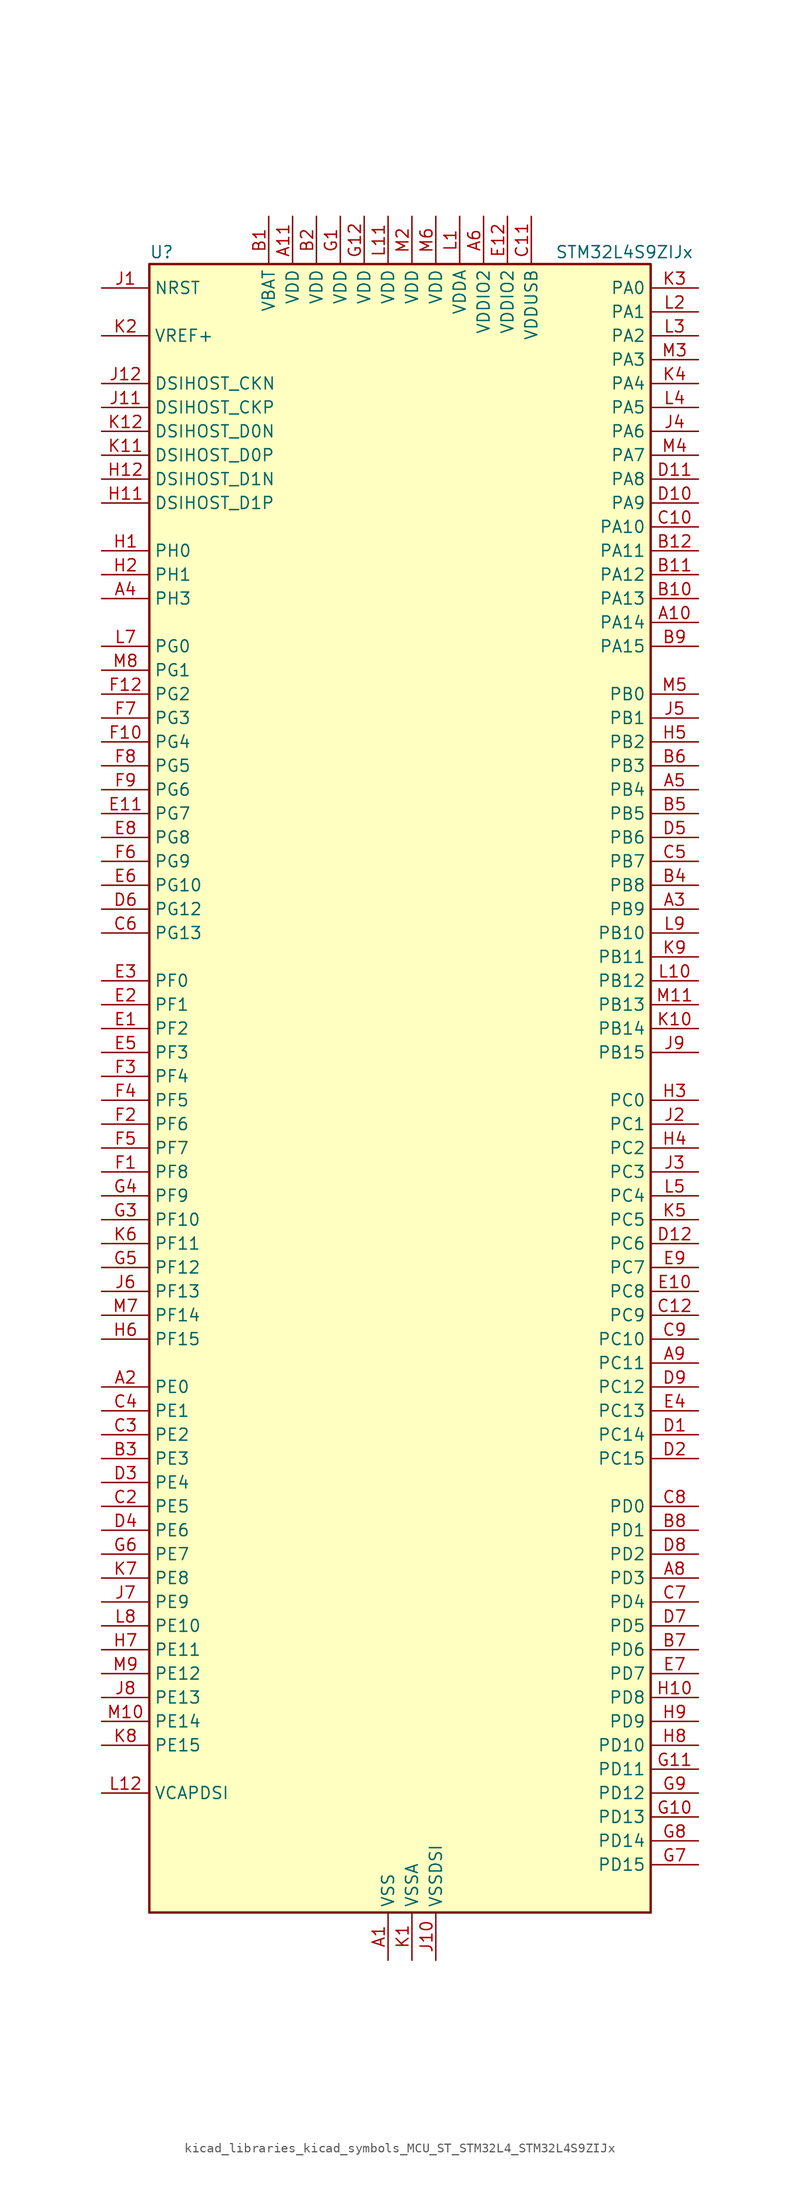
<source format=kicad_sym>
(kicad_symbol_lib
  (version 20220914)
  (generator kicad_symbol_editor)
  (symbol "kicad_libraries_kicad_symbols_MCU_ST_STM32L4_STM32L4S9ZIJx"
    (property "Reference" "U"
      (at -25.4 90.17 0)
      (effects (font (size 1.27 1.27)) (justify left)))
    (property "Value" "STM32L4S9ZIJx"
      (at 17.78 90.17 0)
      (effects (font (size 1.27 1.27)) (justify left)))
    (property "ki_locked" ""
      (at 0 0 0)
      (effects (font (size 1.27 1.27))))
    (symbol "kicad_libraries_kicad_symbols_MCU_ST_STM32L4_STM32L4S9ZIJx_0_1"
      (rectangle (start -25.4 -86.36) (end 27.94 88.9) (stroke (width 0.254) (type default)) (fill (type background))))
    (symbol "kicad_libraries_kicad_symbols_MCU_ST_STM32L4_STM32L4S9ZIJx_1_1"
      (pin power_in line (at 0 -91.44 90) (length 5.08) (name "VSS" (effects (font (size 1.27 1.27)))) (number "A1" (effects (font (size 1.27 1.27)))))
      (pin bidirectional line (at 33.02 50.8 180) (length 5.08) (name "PA14" (effects (font (size 1.27 1.27)))) (number "A10" (effects (font (size 1.27 1.27)))) (alternate "I2C1_SMBA" bidirectional line) (alternate "I2C4_SMBA" bidirectional line) (alternate "LPTIM1_OUT" bidirectional line) (alternate "SAI1_FS_B" bidirectional line) (alternate "SYS_JTCK-SWCLK" bidirectional line) (alternate "USB_OTG_FS_SOF" bidirectional line))
      (pin power_in line (at -10.16 93.98 270) (length 5.08) (name "VDD" (effects (font (size 1.27 1.27)))) (number "A11" (effects (font (size 1.27 1.27)))))
      (pin passive line (at 0 -91.44 90) (length 5.08) hide (name "VSS" (effects (font (size 1.27 1.27)))) (number "A12" (effects (font (size 1.27 1.27)))))
      (pin bidirectional line (at -30.48 -30.48 0) (length 5.08) (name "PE0" (effects (font (size 1.27 1.27)))) (number "A2" (effects (font (size 1.27 1.27)))) (alternate "DCMI_D2" bidirectional line) (alternate "FMC_NBL0" bidirectional line) (alternate "LTDC_HSYNC" bidirectional line) (alternate "TIM16_CH1" bidirectional line) (alternate "TIM4_ETR" bidirectional line))
      (pin bidirectional line (at 33.02 20.32 180) (length 5.08) (name "PB9" (effects (font (size 1.27 1.27)))) (number "A3" (effects (font (size 1.27 1.27)))) (alternate "CAN1_TX" bidirectional line) (alternate "DAC1_EXTI9" bidirectional line) (alternate "DCMI_D7" bidirectional line) (alternate "DFSDM1_CKIN6" bidirectional line) (alternate "I2C1_SDA" bidirectional line) (alternate "IR_OUT" bidirectional line) (alternate "SAI1_D2" bidirectional line) (alternate "SAI1_FS_A" bidirectional line) (alternate "SDMMC1_CDIR" bidirectional line) (alternate "SDMMC1_D5" bidirectional line) (alternate "SPI2_NSS" bidirectional line) (alternate "TIM17_CH1" bidirectional line) (alternate "TIM4_CH4" bidirectional line))
      (pin bidirectional line (at -30.48 53.34 0) (length 5.08) (name "PH3" (effects (font (size 1.27 1.27)))) (number "A4" (effects (font (size 1.27 1.27)))))
      (pin bidirectional line (at 33.02 33.02 180) (length 5.08) (name "PB4" (effects (font (size 1.27 1.27)))) (number "A5" (effects (font (size 1.27 1.27)))) (alternate "COMP2_INP" bidirectional line) (alternate "DCMI_D12" bidirectional line) (alternate "I2C3_SDA" bidirectional line) (alternate "SAI1_MCLK_B" bidirectional line) (alternate "SPI1_MISO" bidirectional line) (alternate "SPI3_MISO" bidirectional line) (alternate "SYS_JTRST" bidirectional line) (alternate "TIM17_BKIN" bidirectional line) (alternate "TIM3_CH1" bidirectional line) (alternate "TSC_G2_IO1" bidirectional line) (alternate "UART5_DE" bidirectional line) (alternate "UART5_RTS" bidirectional line) (alternate "USART1_CTS" bidirectional line) (alternate "USART1_NSS" bidirectional line))
      (pin power_in line (at 10.16 93.98 270) (length 5.08) (name "VDDIO2" (effects (font (size 1.27 1.27)))) (number "A6" (effects (font (size 1.27 1.27)))))
      (pin passive line (at 0 -91.44 90) (length 5.08) hide (name "VSS" (effects (font (size 1.27 1.27)))) (number "A7" (effects (font (size 1.27 1.27)))))
      (pin bidirectional line (at 33.02 -50.8 180) (length 5.08) (name "PD3" (effects (font (size 1.27 1.27)))) (number "A8" (effects (font (size 1.27 1.27)))) (alternate "DCMI_D5" bidirectional line) (alternate "DFSDM1_DATIN0" bidirectional line) (alternate "FMC_CLK" bidirectional line) (alternate "LTDC_CLK" bidirectional line) (alternate "OCTOSPIM_P2_NCS" bidirectional line) (alternate "SPI2_MISO" bidirectional line) (alternate "SPI2_SCK" bidirectional line) (alternate "USART2_CTS" bidirectional line) (alternate "USART2_NSS" bidirectional line))
      (pin bidirectional line (at 33.02 -27.94 180) (length 5.08) (name "PC11" (effects (font (size 1.27 1.27)))) (number "A9" (effects (font (size 1.27 1.27)))) (alternate "ADC1_EXTI11" bidirectional line) (alternate "DCMI_D2" bidirectional line) (alternate "DCMI_D4" bidirectional line) (alternate "OCTOSPIM_P1_NCS" bidirectional line) (alternate "SAI2_MCLK_B" bidirectional line) (alternate "SDMMC1_D3" bidirectional line) (alternate "SPI3_MISO" bidirectional line) (alternate "TSC_G3_IO3" bidirectional line) (alternate "UART4_RX" bidirectional line) (alternate "USART3_RX" bidirectional line))
      (pin power_in line (at -12.7 93.98 270) (length 5.08) (name "VBAT" (effects (font (size 1.27 1.27)))) (number "B1" (effects (font (size 1.27 1.27)))))
      (pin bidirectional line (at 33.02 53.34 180) (length 5.08) (name "PA13" (effects (font (size 1.27 1.27)))) (number "B10" (effects (font (size 1.27 1.27)))) (alternate "IR_OUT" bidirectional line) (alternate "SAI1_SD_B" bidirectional line) (alternate "SYS_JTMS-SWDIO" bidirectional line) (alternate "USB_OTG_FS_NOE" bidirectional line))
      (pin bidirectional line (at 33.02 55.88 180) (length 5.08) (name "PA12" (effects (font (size 1.27 1.27)))) (number "B11" (effects (font (size 1.27 1.27)))) (alternate "CAN1_TX" bidirectional line) (alternate "SPI1_MOSI" bidirectional line) (alternate "TIM1_ETR" bidirectional line) (alternate "USART1_DE" bidirectional line) (alternate "USART1_RTS" bidirectional line) (alternate "USB_OTG_FS_DP" bidirectional line))
      (pin bidirectional line (at 33.02 58.42 180) (length 5.08) (name "PA11" (effects (font (size 1.27 1.27)))) (number "B12" (effects (font (size 1.27 1.27)))) (alternate "ADC1_EXTI11" bidirectional line) (alternate "CAN1_RX" bidirectional line) (alternate "SPI1_MISO" bidirectional line) (alternate "TIM1_BKIN2" bidirectional line) (alternate "TIM1_CH4" bidirectional line) (alternate "USART1_CTS" bidirectional line) (alternate "USART1_NSS" bidirectional line) (alternate "USB_OTG_FS_DM" bidirectional line))
      (pin power_in line (at -7.62 93.98 270) (length 5.08) (name "VDD" (effects (font (size 1.27 1.27)))) (number "B2" (effects (font (size 1.27 1.27)))))
      (pin bidirectional line (at -30.48 -38.1 0) (length 5.08) (name "PE3" (effects (font (size 1.27 1.27)))) (number "B3" (effects (font (size 1.27 1.27)))) (alternate "FMC_A19" bidirectional line) (alternate "LTDC_R1" bidirectional line) (alternate "OCTOSPIM_P1_DQS" bidirectional line) (alternate "SAI1_SD_B" bidirectional line) (alternate "SYS_TRACED0" bidirectional line) (alternate "TIM3_CH1" bidirectional line) (alternate "TSC_G7_IO2" bidirectional line))
      (pin bidirectional line (at 33.02 22.86 180) (length 5.08) (name "PB8" (effects (font (size 1.27 1.27)))) (number "B4" (effects (font (size 1.27 1.27)))) (alternate "CAN1_RX" bidirectional line) (alternate "DCMI_D6" bidirectional line) (alternate "DFSDM1_CKOUT" bidirectional line) (alternate "DFSDM1_DATIN6" bidirectional line) (alternate "I2C1_SCL" bidirectional line) (alternate "LTDC_B1" bidirectional line) (alternate "SAI1_CK1" bidirectional line) (alternate "SAI1_MCLK_A" bidirectional line) (alternate "SDMMC1_CKIN" bidirectional line) (alternate "SDMMC1_D4" bidirectional line) (alternate "TIM16_CH1" bidirectional line) (alternate "TIM4_CH3" bidirectional line))
      (pin bidirectional line (at 33.02 30.48 180) (length 5.08) (name "PB5" (effects (font (size 1.27 1.27)))) (number "B5" (effects (font (size 1.27 1.27)))) (alternate "COMP2_OUT" bidirectional line) (alternate "DCMI_D10" bidirectional line) (alternate "I2C1_SMBA" bidirectional line) (alternate "LPTIM1_IN1" bidirectional line) (alternate "SAI1_SD_B" bidirectional line) (alternate "SPI1_MOSI" bidirectional line) (alternate "SPI3_MOSI" bidirectional line) (alternate "TIM16_BKIN" bidirectional line) (alternate "TIM3_CH2" bidirectional line) (alternate "TSC_G2_IO2" bidirectional line) (alternate "UART5_CTS" bidirectional line) (alternate "USART1_CK" bidirectional line))
      (pin bidirectional line (at 33.02 35.56 180) (length 5.08) (name "PB3" (effects (font (size 1.27 1.27)))) (number "B6" (effects (font (size 1.27 1.27)))) (alternate "COMP2_INM" bidirectional line) (alternate "CRS_SYNC" bidirectional line) (alternate "SAI1_SCK_B" bidirectional line) (alternate "SPI1_SCK" bidirectional line) (alternate "SPI3_SCK" bidirectional line) (alternate "SYS_JTDO-SWO" bidirectional line) (alternate "TIM2_CH2" bidirectional line) (alternate "USART1_DE" bidirectional line) (alternate "USART1_RTS" bidirectional line))
      (pin bidirectional line (at 33.02 -58.42 180) (length 5.08) (name "PD6" (effects (font (size 1.27 1.27)))) (number "B7" (effects (font (size 1.27 1.27)))) (alternate "DCMI_D10" bidirectional line) (alternate "DFSDM1_DATIN1" bidirectional line) (alternate "FMC_NWAIT" bidirectional line) (alternate "LTDC_DE" bidirectional line) (alternate "OCTOSPIM_P1_IO6" bidirectional line) (alternate "SAI1_D1" bidirectional line) (alternate "SAI1_SD_A" bidirectional line) (alternate "SPI3_MOSI" bidirectional line) (alternate "USART2_RX" bidirectional line))
      (pin bidirectional line (at 33.02 -45.72 180) (length 5.08) (name "PD1" (effects (font (size 1.27 1.27)))) (number "B8" (effects (font (size 1.27 1.27)))) (alternate "CAN1_TX" bidirectional line) (alternate "DFSDM1_CKIN7" bidirectional line) (alternate "FMC_D3" bidirectional line) (alternate "FMC_DA3" bidirectional line) (alternate "LTDC_B5" bidirectional line) (alternate "SPI2_SCK" bidirectional line))
      (pin bidirectional line (at 33.02 48.26 180) (length 5.08) (name "PA15" (effects (font (size 1.27 1.27)))) (number "B9" (effects (font (size 1.27 1.27)))) (alternate "ADC1_EXTI15" bidirectional line) (alternate "SAI2_FS_B" bidirectional line) (alternate "SPI1_NSS" bidirectional line) (alternate "SPI3_NSS" bidirectional line) (alternate "SYS_JTDI" bidirectional line) (alternate "TIM2_CH1" bidirectional line) (alternate "TIM2_ETR" bidirectional line) (alternate "TSC_G3_IO1" bidirectional line) (alternate "UART4_DE" bidirectional line) (alternate "UART4_RTS" bidirectional line) (alternate "USART2_RX" bidirectional line) (alternate "USART3_DE" bidirectional line) (alternate "USART3_RTS" bidirectional line))
      (pin passive line (at 0 -91.44 90) (length 5.08) hide (name "VSS" (effects (font (size 1.27 1.27)))) (number "C1" (effects (font (size 1.27 1.27)))))
      (pin bidirectional line (at 33.02 60.96 180) (length 5.08) (name "PA10" (effects (font (size 1.27 1.27)))) (number "C10" (effects (font (size 1.27 1.27)))) (alternate "DCMI_D1" bidirectional line) (alternate "SAI1_D1" bidirectional line) (alternate "SAI1_SD_A" bidirectional line) (alternate "TIM17_BKIN" bidirectional line) (alternate "TIM1_CH3" bidirectional line) (alternate "USART1_RX" bidirectional line) (alternate "USB_OTG_FS_ID" bidirectional line))
      (pin power_in line (at 15.24 93.98 270) (length 5.08) (name "VDDUSB" (effects (font (size 1.27 1.27)))) (number "C11" (effects (font (size 1.27 1.27)))))
      (pin bidirectional line (at 33.02 -22.86 180) (length 5.08) (name "PC9" (effects (font (size 1.27 1.27)))) (number "C12" (effects (font (size 1.27 1.27)))) (alternate "DAC1_EXTI9" bidirectional line) (alternate "DCMI_D3" bidirectional line) (alternate "I2C3_SDA" bidirectional line) (alternate "SAI2_EXTCLK" bidirectional line) (alternate "SDMMC1_D1" bidirectional line) (alternate "SYS_TRACED0" bidirectional line) (alternate "TIM3_CH4" bidirectional line) (alternate "TIM8_BKIN2" bidirectional line) (alternate "TIM8_CH4" bidirectional line) (alternate "TSC_G4_IO4" bidirectional line) (alternate "USB_OTG_FS_NOE" bidirectional line))
      (pin bidirectional line (at -30.48 -43.18 0) (length 5.08) (name "PE5" (effects (font (size 1.27 1.27)))) (number "C2" (effects (font (size 1.27 1.27)))) (alternate "DCMI_D6" bidirectional line) (alternate "DFSDM1_CKIN3" bidirectional line) (alternate "FMC_A21" bidirectional line) (alternate "LTDC_G0" bidirectional line) (alternate "SAI1_CK2" bidirectional line) (alternate "SAI1_SCK_A" bidirectional line) (alternate "SYS_TRACED2" bidirectional line) (alternate "TIM3_CH3" bidirectional line) (alternate "TSC_G7_IO4" bidirectional line))
      (pin bidirectional line (at -30.48 -35.56 0) (length 5.08) (name "PE2" (effects (font (size 1.27 1.27)))) (number "C3" (effects (font (size 1.27 1.27)))) (alternate "FMC_A23" bidirectional line) (alternate "LTDC_R0" bidirectional line) (alternate "SAI1_CK1" bidirectional line) (alternate "SAI1_MCLK_A" bidirectional line) (alternate "SYS_TRACECLK" bidirectional line) (alternate "TIM3_ETR" bidirectional line) (alternate "TSC_G7_IO1" bidirectional line))
      (pin bidirectional line (at -30.48 -33.02 0) (length 5.08) (name "PE1" (effects (font (size 1.27 1.27)))) (number "C4" (effects (font (size 1.27 1.27)))) (alternate "DCMI_D3" bidirectional line) (alternate "FMC_NBL1" bidirectional line) (alternate "LTDC_VSYNC" bidirectional line) (alternate "TIM17_CH1" bidirectional line))
      (pin bidirectional line (at 33.02 25.4 180) (length 5.08) (name "PB7" (effects (font (size 1.27 1.27)))) (number "C5" (effects (font (size 1.27 1.27)))) (alternate "COMP2_INM" bidirectional line) (alternate "DCMI_VSYNC" bidirectional line) (alternate "DFSDM1_CKIN5" bidirectional line) (alternate "DSIHOST_TE" bidirectional line) (alternate "FMC_NL" bidirectional line) (alternate "I2C1_SDA" bidirectional line) (alternate "I2C4_SDA" bidirectional line) (alternate "LPTIM1_IN2" bidirectional line) (alternate "SYS_PVD_IN" bidirectional line) (alternate "TIM17_CH1N" bidirectional line) (alternate "TIM4_CH2" bidirectional line) (alternate "TIM8_BKIN" bidirectional line) (alternate "TSC_G2_IO4" bidirectional line) (alternate "UART4_CTS" bidirectional line) (alternate "USART1_RX" bidirectional line))
      (pin bidirectional line (at -30.48 17.78 0) (length 5.08) (name "PG13" (effects (font (size 1.27 1.27)))) (number "C6" (effects (font (size 1.27 1.27)))) (alternate "FMC_A24" bidirectional line) (alternate "I2C1_SDA" bidirectional line) (alternate "LTDC_R0" bidirectional line) (alternate "USART1_CK" bidirectional line))
      (pin bidirectional line (at 33.02 -53.34 180) (length 5.08) (name "PD4" (effects (font (size 1.27 1.27)))) (number "C7" (effects (font (size 1.27 1.27)))) (alternate "DFSDM1_CKIN0" bidirectional line) (alternate "FMC_NOE" bidirectional line) (alternate "OCTOSPIM_P1_IO4" bidirectional line) (alternate "SPI2_MOSI" bidirectional line) (alternate "USART2_DE" bidirectional line) (alternate "USART2_RTS" bidirectional line))
      (pin bidirectional line (at 33.02 -43.18 180) (length 5.08) (name "PD0" (effects (font (size 1.27 1.27)))) (number "C8" (effects (font (size 1.27 1.27)))) (alternate "CAN1_RX" bidirectional line) (alternate "DFSDM1_DATIN7" bidirectional line) (alternate "FMC_D2" bidirectional line) (alternate "FMC_DA2" bidirectional line) (alternate "LTDC_B4" bidirectional line) (alternate "SPI2_NSS" bidirectional line))
      (pin bidirectional line (at 33.02 -25.4 180) (length 5.08) (name "PC10" (effects (font (size 1.27 1.27)))) (number "C9" (effects (font (size 1.27 1.27)))) (alternate "DCMI_D8" bidirectional line) (alternate "SAI2_SCK_B" bidirectional line) (alternate "SDMMC1_D2" bidirectional line) (alternate "SPI3_SCK" bidirectional line) (alternate "SYS_TRACED1" bidirectional line) (alternate "TSC_G3_IO2" bidirectional line) (alternate "UART4_TX" bidirectional line) (alternate "USART3_TX" bidirectional line))
      (pin bidirectional line (at 33.02 -35.56 180) (length 5.08) (name "PC14" (effects (font (size 1.27 1.27)))) (number "D1" (effects (font (size 1.27 1.27)))) (alternate "RCC_OSC32_IN" bidirectional line))
      (pin bidirectional line (at 33.02 63.5 180) (length 5.08) (name "PA9" (effects (font (size 1.27 1.27)))) (number "D10" (effects (font (size 1.27 1.27)))) (alternate "DAC1_EXTI9" bidirectional line) (alternate "DCMI_D0" bidirectional line) (alternate "SAI1_FS_A" bidirectional line) (alternate "SPI2_SCK" bidirectional line) (alternate "TIM15_BKIN" bidirectional line) (alternate "TIM1_CH2" bidirectional line) (alternate "USART1_TX" bidirectional line) (alternate "USB_OTG_FS_VBUS" bidirectional line))
      (pin bidirectional line (at 33.02 66.04 180) (length 5.08) (name "PA8" (effects (font (size 1.27 1.27)))) (number "D11" (effects (font (size 1.27 1.27)))) (alternate "LPTIM2_OUT" bidirectional line) (alternate "RCC_MCO" bidirectional line) (alternate "SAI1_CK2" bidirectional line) (alternate "SAI1_SCK_A" bidirectional line) (alternate "TIM1_CH1" bidirectional line) (alternate "USART1_CK" bidirectional line) (alternate "USB_OTG_FS_SOF" bidirectional line))
      (pin bidirectional line (at 33.02 -15.24 180) (length 5.08) (name "PC6" (effects (font (size 1.27 1.27)))) (number "D12" (effects (font (size 1.27 1.27)))) (alternate "DCMI_D0" bidirectional line) (alternate "DFSDM1_CKIN3" bidirectional line) (alternate "LTDC_R0" bidirectional line) (alternate "SAI2_MCLK_A" bidirectional line) (alternate "SDMMC1_D0DIR" bidirectional line) (alternate "SDMMC1_D6" bidirectional line) (alternate "TIM3_CH1" bidirectional line) (alternate "TIM8_CH1" bidirectional line) (alternate "TSC_G4_IO1" bidirectional line))
      (pin bidirectional line (at 33.02 -38.1 180) (length 5.08) (name "PC15" (effects (font (size 1.27 1.27)))) (number "D2" (effects (font (size 1.27 1.27)))) (alternate "ADC1_EXTI15" bidirectional line) (alternate "RCC_OSC32_OUT" bidirectional line))
      (pin bidirectional line (at -30.48 -40.64 0) (length 5.08) (name "PE4" (effects (font (size 1.27 1.27)))) (number "D3" (effects (font (size 1.27 1.27)))) (alternate "DCMI_D4" bidirectional line) (alternate "DFSDM1_DATIN3" bidirectional line) (alternate "FMC_A20" bidirectional line) (alternate "LTDC_B0" bidirectional line) (alternate "SAI1_D2" bidirectional line) (alternate "SAI1_FS_A" bidirectional line) (alternate "SYS_TRACED1" bidirectional line) (alternate "TIM3_CH2" bidirectional line) (alternate "TSC_G7_IO3" bidirectional line))
      (pin bidirectional line (at -30.48 -45.72 0) (length 5.08) (name "PE6" (effects (font (size 1.27 1.27)))) (number "D4" (effects (font (size 1.27 1.27)))) (alternate "DCMI_D7" bidirectional line) (alternate "FMC_A22" bidirectional line) (alternate "LTDC_G1" bidirectional line) (alternate "RTC_TAMP3" bidirectional line) (alternate "SAI1_D1" bidirectional line) (alternate "SAI1_SD_A" bidirectional line) (alternate "SYS_TRACED3" bidirectional line) (alternate "SYS_WKUP3" bidirectional line) (alternate "TIM3_CH4" bidirectional line))
      (pin bidirectional line (at 33.02 27.94 180) (length 5.08) (name "PB6" (effects (font (size 1.27 1.27)))) (number "D5" (effects (font (size 1.27 1.27)))) (alternate "COMP2_INP" bidirectional line) (alternate "DCMI_D5" bidirectional line) (alternate "DFSDM1_DATIN5" bidirectional line) (alternate "I2C1_SCL" bidirectional line) (alternate "I2C4_SCL" bidirectional line) (alternate "LPTIM1_ETR" bidirectional line) (alternate "SAI1_FS_B" bidirectional line) (alternate "TIM16_CH1N" bidirectional line) (alternate "TIM4_CH1" bidirectional line) (alternate "TIM8_BKIN2" bidirectional line) (alternate "TSC_G2_IO3" bidirectional line) (alternate "USART1_TX" bidirectional line))
      (pin bidirectional line (at -30.48 20.32 0) (length 5.08) (name "PG12" (effects (font (size 1.27 1.27)))) (number "D6" (effects (font (size 1.27 1.27)))) (alternate "FMC_NE4" bidirectional line) (alternate "LPTIM1_ETR" bidirectional line) (alternate "OCTOSPIM_P2_NCS" bidirectional line) (alternate "SAI2_SD_A" bidirectional line) (alternate "SPI3_NSS" bidirectional line) (alternate "USART1_DE" bidirectional line) (alternate "USART1_RTS" bidirectional line))
      (pin bidirectional line (at 33.02 -55.88 180) (length 5.08) (name "PD5" (effects (font (size 1.27 1.27)))) (number "D7" (effects (font (size 1.27 1.27)))) (alternate "FMC_NWE" bidirectional line) (alternate "OCTOSPIM_P1_IO5" bidirectional line) (alternate "USART2_TX" bidirectional line))
      (pin bidirectional line (at 33.02 -48.26 180) (length 5.08) (name "PD2" (effects (font (size 1.27 1.27)))) (number "D8" (effects (font (size 1.27 1.27)))) (alternate "DCMI_D11" bidirectional line) (alternate "SDMMC1_CMD" bidirectional line) (alternate "SYS_TRACED2" bidirectional line) (alternate "TIM3_ETR" bidirectional line) (alternate "TSC_SYNC" bidirectional line) (alternate "UART5_RX" bidirectional line) (alternate "USART3_DE" bidirectional line) (alternate "USART3_RTS" bidirectional line))
      (pin bidirectional line (at 33.02 -30.48 180) (length 5.08) (name "PC12" (effects (font (size 1.27 1.27)))) (number "D9" (effects (font (size 1.27 1.27)))) (alternate "DCMI_D9" bidirectional line) (alternate "SAI2_SD_B" bidirectional line) (alternate "SDMMC1_CK" bidirectional line) (alternate "SPI3_MOSI" bidirectional line) (alternate "SYS_TRACED3" bidirectional line) (alternate "TSC_G3_IO4" bidirectional line) (alternate "UART5_TX" bidirectional line) (alternate "USART3_CK" bidirectional line))
      (pin bidirectional line (at -30.48 7.62 0) (length 5.08) (name "PF2" (effects (font (size 1.27 1.27)))) (number "E1" (effects (font (size 1.27 1.27)))) (alternate "FMC_A2" bidirectional line) (alternate "I2C2_SMBA" bidirectional line) (alternate "OCTOSPIM_P2_IO2" bidirectional line))
      (pin bidirectional line (at 33.02 -20.32 180) (length 5.08) (name "PC8" (effects (font (size 1.27 1.27)))) (number "E10" (effects (font (size 1.27 1.27)))) (alternate "DCMI_D2" bidirectional line) (alternate "SDMMC1_D0" bidirectional line) (alternate "TIM3_CH3" bidirectional line) (alternate "TIM8_CH3" bidirectional line) (alternate "TSC_G4_IO3" bidirectional line))
      (pin bidirectional line (at -30.48 30.48 0) (length 5.08) (name "PG7" (effects (font (size 1.27 1.27)))) (number "E11" (effects (font (size 1.27 1.27)))) (alternate "DFSDM1_CKOUT" bidirectional line) (alternate "FMC_INT" bidirectional line) (alternate "I2C3_SCL" bidirectional line) (alternate "LPUART1_TX" bidirectional line) (alternate "OCTOSPIM_P2_DQS" bidirectional line) (alternate "SAI1_CK1" bidirectional line) (alternate "SAI1_MCLK_A" bidirectional line))
      (pin power_in line (at 12.7 93.98 270) (length 5.08) (name "VDDIO2" (effects (font (size 1.27 1.27)))) (number "E12" (effects (font (size 1.27 1.27)))))
      (pin bidirectional line (at -30.48 10.16 0) (length 5.08) (name "PF1" (effects (font (size 1.27 1.27)))) (number "E2" (effects (font (size 1.27 1.27)))) (alternate "FMC_A1" bidirectional line) (alternate "I2C2_SCL" bidirectional line) (alternate "OCTOSPIM_P2_IO1" bidirectional line))
      (pin bidirectional line (at -30.48 12.7 0) (length 5.08) (name "PF0" (effects (font (size 1.27 1.27)))) (number "E3" (effects (font (size 1.27 1.27)))) (alternate "FMC_A0" bidirectional line) (alternate "I2C2_SDA" bidirectional line) (alternate "OCTOSPIM_P2_IO0" bidirectional line))
      (pin bidirectional line (at 33.02 -33.02 180) (length 5.08) (name "PC13" (effects (font (size 1.27 1.27)))) (number "E4" (effects (font (size 1.27 1.27)))) (alternate "RTC_OUT_ALARM" bidirectional line) (alternate "RTC_OUT_CALIB" bidirectional line) (alternate "RTC_TAMP1" bidirectional line) (alternate "RTC_TS" bidirectional line) (alternate "SYS_WKUP2" bidirectional line))
      (pin bidirectional line (at -30.48 5.08 0) (length 5.08) (name "PF3" (effects (font (size 1.27 1.27)))) (number "E5" (effects (font (size 1.27 1.27)))) (alternate "FMC_A3" bidirectional line) (alternate "OCTOSPIM_P2_IO3" bidirectional line))
      (pin bidirectional line (at -30.48 22.86 0) (length 5.08) (name "PG10" (effects (font (size 1.27 1.27)))) (number "E6" (effects (font (size 1.27 1.27)))) (alternate "FMC_NE3" bidirectional line) (alternate "LPTIM1_IN1" bidirectional line) (alternate "OCTOSPIM_P2_IO7" bidirectional line) (alternate "SAI2_FS_A" bidirectional line) (alternate "SPI3_MISO" bidirectional line) (alternate "TIM15_CH1" bidirectional line) (alternate "USART1_RX" bidirectional line))
      (pin bidirectional line (at 33.02 -60.96 180) (length 5.08) (name "PD7" (effects (font (size 1.27 1.27)))) (number "E7" (effects (font (size 1.27 1.27)))) (alternate "DFSDM1_CKIN1" bidirectional line) (alternate "FMC_NCE" bidirectional line) (alternate "FMC_NE1" bidirectional line) (alternate "OCTOSPIM_P1_IO7" bidirectional line) (alternate "USART2_CK" bidirectional line))
      (pin bidirectional line (at -30.48 27.94 0) (length 5.08) (name "PG8" (effects (font (size 1.27 1.27)))) (number "E8" (effects (font (size 1.27 1.27)))) (alternate "I2C3_SDA" bidirectional line) (alternate "LPUART1_RX" bidirectional line))
      (pin bidirectional line (at 33.02 -17.78 180) (length 5.08) (name "PC7" (effects (font (size 1.27 1.27)))) (number "E9" (effects (font (size 1.27 1.27)))) (alternate "DCMI_D1" bidirectional line) (alternate "DFSDM1_DATIN3" bidirectional line) (alternate "LTDC_R1" bidirectional line) (alternate "SAI2_MCLK_B" bidirectional line) (alternate "SDMMC1_D123DIR" bidirectional line) (alternate "SDMMC1_D7" bidirectional line) (alternate "TIM3_CH2" bidirectional line) (alternate "TIM8_CH2" bidirectional line) (alternate "TSC_G4_IO2" bidirectional line))
      (pin bidirectional line (at -30.48 -7.62 0) (length 5.08) (name "PF8" (effects (font (size 1.27 1.27)))) (number "F1" (effects (font (size 1.27 1.27)))) (alternate "OCTOSPIM_P1_IO0" bidirectional line) (alternate "SAI1_SCK_B" bidirectional line) (alternate "TIM5_CH3" bidirectional line))
      (pin bidirectional line (at -30.48 38.1 0) (length 5.08) (name "PG4" (effects (font (size 1.27 1.27)))) (number "F10" (effects (font (size 1.27 1.27)))) (alternate "FMC_A14" bidirectional line) (alternate "SAI2_MCLK_B" bidirectional line) (alternate "SPI1_MOSI" bidirectional line))
      (pin passive line (at 0 -91.44 90) (length 5.08) hide (name "VSS" (effects (font (size 1.27 1.27)))) (number "F11" (effects (font (size 1.27 1.27)))))
      (pin bidirectional line (at -30.48 43.18 0) (length 5.08) (name "PG2" (effects (font (size 1.27 1.27)))) (number "F12" (effects (font (size 1.27 1.27)))) (alternate "FMC_A12" bidirectional line) (alternate "SAI2_SCK_B" bidirectional line) (alternate "SPI1_SCK" bidirectional line))
      (pin bidirectional line (at -30.48 -2.54 0) (length 5.08) (name "PF6" (effects (font (size 1.27 1.27)))) (number "F2" (effects (font (size 1.27 1.27)))) (alternate "OCTOSPIM_P1_IO3" bidirectional line) (alternate "SAI1_SD_B" bidirectional line) (alternate "TIM5_CH1" bidirectional line) (alternate "TIM5_ETR" bidirectional line))
      (pin bidirectional line (at -30.48 2.54 0) (length 5.08) (name "PF4" (effects (font (size 1.27 1.27)))) (number "F3" (effects (font (size 1.27 1.27)))) (alternate "FMC_A4" bidirectional line) (alternate "OCTOSPIM_P2_CLK" bidirectional line))
      (pin bidirectional line (at -30.48 0 0) (length 5.08) (name "PF5" (effects (font (size 1.27 1.27)))) (number "F4" (effects (font (size 1.27 1.27)))) (alternate "FMC_A5" bidirectional line))
      (pin bidirectional line (at -30.48 -5.08 0) (length 5.08) (name "PF7" (effects (font (size 1.27 1.27)))) (number "F5" (effects (font (size 1.27 1.27)))) (alternate "OCTOSPIM_P1_IO2" bidirectional line) (alternate "SAI1_MCLK_B" bidirectional line) (alternate "TIM5_CH2" bidirectional line))
      (pin bidirectional line (at -30.48 25.4 0) (length 5.08) (name "PG9" (effects (font (size 1.27 1.27)))) (number "F6" (effects (font (size 1.27 1.27)))) (alternate "DAC1_EXTI9" bidirectional line) (alternate "FMC_NCE" bidirectional line) (alternate "FMC_NE2" bidirectional line) (alternate "OCTOSPIM_P2_IO6" bidirectional line) (alternate "SAI2_SCK_A" bidirectional line) (alternate "SPI3_SCK" bidirectional line) (alternate "TIM15_CH1N" bidirectional line) (alternate "USART1_TX" bidirectional line))
      (pin bidirectional line (at -30.48 40.64 0) (length 5.08) (name "PG3" (effects (font (size 1.27 1.27)))) (number "F7" (effects (font (size 1.27 1.27)))) (alternate "FMC_A13" bidirectional line) (alternate "SAI2_FS_B" bidirectional line) (alternate "SPI1_MISO" bidirectional line))
      (pin bidirectional line (at -30.48 35.56 0) (length 5.08) (name "PG5" (effects (font (size 1.27 1.27)))) (number "F8" (effects (font (size 1.27 1.27)))) (alternate "FMC_A15" bidirectional line) (alternate "LPUART1_CTS" bidirectional line) (alternate "SAI2_SD_B" bidirectional line) (alternate "SPI1_NSS" bidirectional line))
      (pin bidirectional line (at -30.48 33.02 0) (length 5.08) (name "PG6" (effects (font (size 1.27 1.27)))) (number "F9" (effects (font (size 1.27 1.27)))) (alternate "DSIHOST_TE" bidirectional line) (alternate "I2C3_SMBA" bidirectional line) (alternate "LPUART1_DE" bidirectional line) (alternate "LPUART1_RTS" bidirectional line) (alternate "LTDC_R1" bidirectional line) (alternate "OCTOSPIM_P1_DQS" bidirectional line))
      (pin power_in line (at -5.08 93.98 270) (length 5.08) (name "VDD" (effects (font (size 1.27 1.27)))) (number "G1" (effects (font (size 1.27 1.27)))))
      (pin bidirectional line (at 33.02 -76.2 180) (length 5.08) (name "PD13" (effects (font (size 1.27 1.27)))) (number "G10" (effects (font (size 1.27 1.27)))) (alternate "FMC_A18" bidirectional line) (alternate "I2C4_SDA" bidirectional line) (alternate "LPTIM2_OUT" bidirectional line) (alternate "TIM4_CH2" bidirectional line) (alternate "TSC_G6_IO4" bidirectional line))
      (pin bidirectional line (at 33.02 -71.12 180) (length 5.08) (name "PD11" (effects (font (size 1.27 1.27)))) (number "G11" (effects (font (size 1.27 1.27)))) (alternate "ADC1_EXTI11" bidirectional line) (alternate "FMC_A16" bidirectional line) (alternate "FMC_CLE" bidirectional line) (alternate "I2C4_SMBA" bidirectional line) (alternate "LPTIM2_ETR" bidirectional line) (alternate "LTDC_R6" bidirectional line) (alternate "SAI2_SD_A" bidirectional line) (alternate "TSC_G6_IO2" bidirectional line) (alternate "USART3_CTS" bidirectional line) (alternate "USART3_NSS" bidirectional line))
      (pin power_in line (at -2.54 93.98 270) (length 5.08) (name "VDD" (effects (font (size 1.27 1.27)))) (number "G12" (effects (font (size 1.27 1.27)))))
      (pin passive line (at 0 -91.44 90) (length 5.08) hide (name "VSS" (effects (font (size 1.27 1.27)))) (number "G2" (effects (font (size 1.27 1.27)))))
      (pin bidirectional line (at -30.48 -12.7 0) (length 5.08) (name "PF10" (effects (font (size 1.27 1.27)))) (number "G3" (effects (font (size 1.27 1.27)))) (alternate "DCMI_D11" bidirectional line) (alternate "DFSDM1_CKOUT" bidirectional line) (alternate "OCTOSPIM_P1_CLK" bidirectional line) (alternate "SAI1_D3" bidirectional line) (alternate "TIM15_CH2" bidirectional line))
      (pin bidirectional line (at -30.48 -10.16 0) (length 5.08) (name "PF9" (effects (font (size 1.27 1.27)))) (number "G4" (effects (font (size 1.27 1.27)))) (alternate "DAC1_EXTI9" bidirectional line) (alternate "OCTOSPIM_P1_IO1" bidirectional line) (alternate "SAI1_FS_B" bidirectional line) (alternate "TIM15_CH1" bidirectional line) (alternate "TIM5_CH4" bidirectional line))
      (pin bidirectional line (at -30.48 -17.78 0) (length 5.08) (name "PF12" (effects (font (size 1.27 1.27)))) (number "G5" (effects (font (size 1.27 1.27)))) (alternate "FMC_A6" bidirectional line) (alternate "LTDC_B0" bidirectional line) (alternate "OCTOSPIM_P2_DQS" bidirectional line))
      (pin bidirectional line (at -30.48 -48.26 0) (length 5.08) (name "PE7" (effects (font (size 1.27 1.27)))) (number "G6" (effects (font (size 1.27 1.27)))) (alternate "DFSDM1_DATIN2" bidirectional line) (alternate "FMC_D4" bidirectional line) (alternate "FMC_DA4" bidirectional line) (alternate "LTDC_B6" bidirectional line) (alternate "SAI1_SD_B" bidirectional line) (alternate "TIM1_ETR" bidirectional line))
      (pin bidirectional line (at 33.02 -81.28 180) (length 5.08) (name "PD15" (effects (font (size 1.27 1.27)))) (number "G7" (effects (font (size 1.27 1.27)))) (alternate "ADC1_EXTI15" bidirectional line) (alternate "FMC_D1" bidirectional line) (alternate "FMC_DA1" bidirectional line) (alternate "LTDC_B3" bidirectional line) (alternate "TIM4_CH4" bidirectional line))
      (pin bidirectional line (at 33.02 -78.74 180) (length 5.08) (name "PD14" (effects (font (size 1.27 1.27)))) (number "G8" (effects (font (size 1.27 1.27)))) (alternate "FMC_D0" bidirectional line) (alternate "FMC_DA0" bidirectional line) (alternate "LTDC_B2" bidirectional line) (alternate "TIM4_CH3" bidirectional line))
      (pin bidirectional line (at 33.02 -73.66 180) (length 5.08) (name "PD12" (effects (font (size 1.27 1.27)))) (number "G9" (effects (font (size 1.27 1.27)))) (alternate "FMC_A17" bidirectional line) (alternate "FMC_ALE" bidirectional line) (alternate "I2C4_SCL" bidirectional line) (alternate "LPTIM2_IN1" bidirectional line) (alternate "LTDC_R7" bidirectional line) (alternate "SAI2_FS_A" bidirectional line) (alternate "TIM4_CH1" bidirectional line) (alternate "TSC_G6_IO3" bidirectional line) (alternate "USART3_DE" bidirectional line) (alternate "USART3_RTS" bidirectional line))
      (pin bidirectional line (at -30.48 58.42 0) (length 5.08) (name "PH0" (effects (font (size 1.27 1.27)))) (number "H1" (effects (font (size 1.27 1.27)))) (alternate "RCC_OSC_IN" bidirectional line))
      (pin bidirectional line (at 33.02 -63.5 180) (length 5.08) (name "PD8" (effects (font (size 1.27 1.27)))) (number "H10" (effects (font (size 1.27 1.27)))) (alternate "DCMI_HSYNC" bidirectional line) (alternate "FMC_D13" bidirectional line) (alternate "FMC_DA13" bidirectional line) (alternate "LTDC_R3" bidirectional line) (alternate "USART3_TX" bidirectional line))
      (pin bidirectional line (at -30.48 63.5 0) (length 5.08) (name "DSIHOST_D1P" (effects (font (size 1.27 1.27)))) (number "H11" (effects (font (size 1.27 1.27)))) (alternate "DSIHOST_D1P" bidirectional line))
      (pin bidirectional line (at -30.48 66.04 0) (length 5.08) (name "DSIHOST_D1N" (effects (font (size 1.27 1.27)))) (number "H12" (effects (font (size 1.27 1.27)))) (alternate "DSIHOST_D1N" bidirectional line))
      (pin bidirectional line (at -30.48 55.88 0) (length 5.08) (name "PH1" (effects (font (size 1.27 1.27)))) (number "H2" (effects (font (size 1.27 1.27)))) (alternate "RCC_OSC_OUT" bidirectional line))
      (pin bidirectional line (at 33.02 0 180) (length 5.08) (name "PC0" (effects (font (size 1.27 1.27)))) (number "H3" (effects (font (size 1.27 1.27)))) (alternate "ADC1_IN1" bidirectional line) (alternate "DFSDM1_DATIN4" bidirectional line) (alternate "I2C3_SCL" bidirectional line) (alternate "LPTIM1_IN1" bidirectional line) (alternate "LPTIM2_IN1" bidirectional line) (alternate "LPUART1_RX" bidirectional line) (alternate "SAI2_FS_A" bidirectional line))
      (pin bidirectional line (at 33.02 -5.08 180) (length 5.08) (name "PC2" (effects (font (size 1.27 1.27)))) (number "H4" (effects (font (size 1.27 1.27)))) (alternate "ADC1_IN3" bidirectional line) (alternate "DFSDM1_CKOUT" bidirectional line) (alternate "LPTIM1_IN2" bidirectional line) (alternate "OCTOSPIM_P1_IO5" bidirectional line) (alternate "SPI2_MISO" bidirectional line))
      (pin bidirectional line (at 33.02 38.1 180) (length 5.08) (name "PB2" (effects (font (size 1.27 1.27)))) (number "H5" (effects (font (size 1.27 1.27)))) (alternate "COMP1_INP" bidirectional line) (alternate "DFSDM1_CKIN0" bidirectional line) (alternate "I2C3_SMBA" bidirectional line) (alternate "LPTIM1_OUT" bidirectional line) (alternate "LTDC_B1" bidirectional line) (alternate "OCTOSPIM_P1_DQS" bidirectional line) (alternate "RTC_OUT_ALARM" bidirectional line) (alternate "RTC_OUT_CALIB" bidirectional line))
      (pin bidirectional line (at -30.48 -25.4 0) (length 5.08) (name "PF15" (effects (font (size 1.27 1.27)))) (number "H6" (effects (font (size 1.27 1.27)))) (alternate "ADC1_EXTI15" bidirectional line) (alternate "FMC_A9" bidirectional line) (alternate "I2C4_SDA" bidirectional line) (alternate "LTDC_G1" bidirectional line) (alternate "TSC_G8_IO2" bidirectional line))
      (pin bidirectional line (at -30.48 -58.42 0) (length 5.08) (name "PE11" (effects (font (size 1.27 1.27)))) (number "H7" (effects (font (size 1.27 1.27)))) (alternate "ADC1_EXTI11" bidirectional line) (alternate "DFSDM1_CKIN4" bidirectional line) (alternate "FMC_D8" bidirectional line) (alternate "FMC_DA8" bidirectional line) (alternate "LTDC_G4" bidirectional line) (alternate "OCTOSPIM_P1_NCS" bidirectional line) (alternate "TIM1_CH2" bidirectional line) (alternate "TSC_G5_IO2" bidirectional line))
      (pin bidirectional line (at 33.02 -68.58 180) (length 5.08) (name "PD10" (effects (font (size 1.27 1.27)))) (number "H8" (effects (font (size 1.27 1.27)))) (alternate "FMC_D15" bidirectional line) (alternate "FMC_DA15" bidirectional line) (alternate "LTDC_R5" bidirectional line) (alternate "SAI2_SCK_A" bidirectional line) (alternate "TSC_G6_IO1" bidirectional line) (alternate "USART3_CK" bidirectional line))
      (pin bidirectional line (at 33.02 -66.04 180) (length 5.08) (name "PD9" (effects (font (size 1.27 1.27)))) (number "H9" (effects (font (size 1.27 1.27)))) (alternate "DAC1_EXTI9" bidirectional line) (alternate "DCMI_PIXCLK" bidirectional line) (alternate "FMC_D14" bidirectional line) (alternate "FMC_DA14" bidirectional line) (alternate "LTDC_R4" bidirectional line) (alternate "SAI2_MCLK_A" bidirectional line) (alternate "USART3_RX" bidirectional line))
      (pin input line (at -30.48 86.36 0) (length 5.08) (name "NRST" (effects (font (size 1.27 1.27)))) (number "J1" (effects (font (size 1.27 1.27)))))
      (pin power_in line (at 5.08 -91.44 90) (length 5.08) (name "VSSDSI" (effects (font (size 1.27 1.27)))) (number "J10" (effects (font (size 1.27 1.27)))))
      (pin bidirectional line (at -30.48 73.66 0) (length 5.08) (name "DSIHOST_CKP" (effects (font (size 1.27 1.27)))) (number "J11" (effects (font (size 1.27 1.27)))) (alternate "DSIHOST_CKP" bidirectional line))
      (pin bidirectional line (at -30.48 76.2 0) (length 5.08) (name "DSIHOST_CKN" (effects (font (size 1.27 1.27)))) (number "J12" (effects (font (size 1.27 1.27)))) (alternate "DSIHOST_CKN" bidirectional line))
      (pin bidirectional line (at 33.02 -2.54 180) (length 5.08) (name "PC1" (effects (font (size 1.27 1.27)))) (number "J2" (effects (font (size 1.27 1.27)))) (alternate "ADC1_IN2" bidirectional line) (alternate "DFSDM1_CKIN4" bidirectional line) (alternate "I2C3_SDA" bidirectional line) (alternate "LPTIM1_OUT" bidirectional line) (alternate "LPUART1_TX" bidirectional line) (alternate "OCTOSPIM_P1_IO4" bidirectional line) (alternate "SAI1_SD_A" bidirectional line) (alternate "SPI2_MOSI" bidirectional line) (alternate "SYS_TRACED0" bidirectional line))
      (pin bidirectional line (at 33.02 -7.62 180) (length 5.08) (name "PC3" (effects (font (size 1.27 1.27)))) (number "J3" (effects (font (size 1.27 1.27)))) (alternate "ADC1_IN4" bidirectional line) (alternate "LPTIM1_ETR" bidirectional line) (alternate "LPTIM2_ETR" bidirectional line) (alternate "OCTOSPIM_P1_IO6" bidirectional line) (alternate "SAI1_D1" bidirectional line) (alternate "SAI1_SD_A" bidirectional line) (alternate "SPI2_MOSI" bidirectional line))
      (pin bidirectional line (at 33.02 71.12 180) (length 5.08) (name "PA6" (effects (font (size 1.27 1.27)))) (number "J4" (effects (font (size 1.27 1.27)))) (alternate "ADC1_IN11" bidirectional line) (alternate "DCMI_PIXCLK" bidirectional line) (alternate "LPUART1_CTS" bidirectional line) (alternate "OCTOSPIM_P1_IO3" bidirectional line) (alternate "OPAMP2_VINP" bidirectional line) (alternate "SPI1_MISO" bidirectional line) (alternate "TIM16_CH1" bidirectional line) (alternate "TIM1_BKIN" bidirectional line) (alternate "TIM3_CH1" bidirectional line) (alternate "TIM8_BKIN" bidirectional line) (alternate "USART3_CTS" bidirectional line) (alternate "USART3_NSS" bidirectional line))
      (pin bidirectional line (at 33.02 40.64 180) (length 5.08) (name "PB1" (effects (font (size 1.27 1.27)))) (number "J5" (effects (font (size 1.27 1.27)))) (alternate "ADC1_IN16" bidirectional line) (alternate "COMP1_INM" bidirectional line) (alternate "DFSDM1_DATIN0" bidirectional line) (alternate "LPTIM2_IN1" bidirectional line) (alternate "LPUART1_DE" bidirectional line) (alternate "LPUART1_RTS" bidirectional line) (alternate "OCTOSPIM_P1_IO0" bidirectional line) (alternate "TIM1_CH3N" bidirectional line) (alternate "TIM3_CH4" bidirectional line) (alternate "TIM8_CH3N" bidirectional line) (alternate "USART3_DE" bidirectional line) (alternate "USART3_RTS" bidirectional line))
      (pin bidirectional line (at -30.48 -20.32 0) (length 5.08) (name "PF13" (effects (font (size 1.27 1.27)))) (number "J6" (effects (font (size 1.27 1.27)))) (alternate "DFSDM1_DATIN6" bidirectional line) (alternate "FMC_A7" bidirectional line) (alternate "I2C4_SMBA" bidirectional line) (alternate "LTDC_B1" bidirectional line))
      (pin bidirectional line (at -30.48 -53.34 0) (length 5.08) (name "PE9" (effects (font (size 1.27 1.27)))) (number "J7" (effects (font (size 1.27 1.27)))) (alternate "DAC1_EXTI9" bidirectional line) (alternate "DFSDM1_CKOUT" bidirectional line) (alternate "FMC_D6" bidirectional line) (alternate "FMC_DA6" bidirectional line) (alternate "LTDC_G2" bidirectional line) (alternate "SAI1_FS_B" bidirectional line) (alternate "TIM1_CH1" bidirectional line))
      (pin bidirectional line (at -30.48 -63.5 0) (length 5.08) (name "PE13" (effects (font (size 1.27 1.27)))) (number "J8" (effects (font (size 1.27 1.27)))) (alternate "DFSDM1_CKIN5" bidirectional line) (alternate "FMC_D10" bidirectional line) (alternate "FMC_DA10" bidirectional line) (alternate "LTDC_G6" bidirectional line) (alternate "OCTOSPIM_P1_IO1" bidirectional line) (alternate "SPI1_SCK" bidirectional line) (alternate "TIM1_CH3" bidirectional line) (alternate "TSC_G5_IO4" bidirectional line))
      (pin bidirectional line (at 33.02 5.08 180) (length 5.08) (name "PB15" (effects (font (size 1.27 1.27)))) (number "J9" (effects (font (size 1.27 1.27)))) (alternate "ADC1_EXTI15" bidirectional line) (alternate "DFSDM1_CKIN2" bidirectional line) (alternate "RTC_REFIN" bidirectional line) (alternate "SAI2_SD_A" bidirectional line) (alternate "SPI2_MOSI" bidirectional line) (alternate "TIM15_CH2" bidirectional line) (alternate "TIM1_CH3N" bidirectional line) (alternate "TIM8_CH3N" bidirectional line) (alternate "TSC_G1_IO4" bidirectional line))
      (pin power_in line (at 2.54 -91.44 90) (length 5.08) (name "VSSA" (effects (font (size 1.27 1.27)))) (number "K1" (effects (font (size 1.27 1.27)))))
      (pin bidirectional line (at 33.02 7.62 180) (length 5.08) (name "PB14" (effects (font (size 1.27 1.27)))) (number "K10" (effects (font (size 1.27 1.27)))) (alternate "DFSDM1_DATIN2" bidirectional line) (alternate "I2C2_SDA" bidirectional line) (alternate "SAI2_MCLK_A" bidirectional line) (alternate "SPI2_MISO" bidirectional line) (alternate "TIM15_CH1" bidirectional line) (alternate "TIM1_CH2N" bidirectional line) (alternate "TIM8_CH2N" bidirectional line) (alternate "TSC_G1_IO3" bidirectional line) (alternate "USART3_DE" bidirectional line) (alternate "USART3_RTS" bidirectional line))
      (pin bidirectional line (at -30.48 68.58 0) (length 5.08) (name "DSIHOST_D0P" (effects (font (size 1.27 1.27)))) (number "K11" (effects (font (size 1.27 1.27)))) (alternate "DSIHOST_D0P" bidirectional line))
      (pin bidirectional line (at -30.48 71.12 0) (length 5.08) (name "DSIHOST_D0N" (effects (font (size 1.27 1.27)))) (number "K12" (effects (font (size 1.27 1.27)))) (alternate "DSIHOST_D0N" bidirectional line))
      (pin input line (at -30.48 81.28 0) (length 5.08) (name "VREF+" (effects (font (size 1.27 1.27)))) (number "K2" (effects (font (size 1.27 1.27)))) (alternate "VREFBUF_OUT" bidirectional line))
      (pin bidirectional line (at 33.02 86.36 180) (length 5.08) (name "PA0" (effects (font (size 1.27 1.27)))) (number "K3" (effects (font (size 1.27 1.27)))) (alternate "ADC1_IN5" bidirectional line) (alternate "OPAMP1_VINP" bidirectional line) (alternate "RTC_TAMP2" bidirectional line) (alternate "SAI1_EXTCLK" bidirectional line) (alternate "SYS_WKUP1" bidirectional line) (alternate "TIM2_CH1" bidirectional line) (alternate "TIM2_ETR" bidirectional line) (alternate "TIM5_CH1" bidirectional line) (alternate "TIM8_ETR" bidirectional line) (alternate "UART4_TX" bidirectional line) (alternate "USART2_CTS" bidirectional line) (alternate "USART2_NSS" bidirectional line))
      (pin bidirectional line (at 33.02 76.2 180) (length 5.08) (name "PA4" (effects (font (size 1.27 1.27)))) (number "K4" (effects (font (size 1.27 1.27)))) (alternate "ADC1_IN9" bidirectional line) (alternate "DAC1_OUT1" bidirectional line) (alternate "DCMI_HSYNC" bidirectional line) (alternate "LPTIM2_OUT" bidirectional line) (alternate "OCTOSPIM_P1_NCS" bidirectional line) (alternate "SAI1_FS_B" bidirectional line) (alternate "SPI1_NSS" bidirectional line) (alternate "SPI3_NSS" bidirectional line) (alternate "USART2_CK" bidirectional line))
      (pin bidirectional line (at 33.02 -12.7 180) (length 5.08) (name "PC5" (effects (font (size 1.27 1.27)))) (number "K5" (effects (font (size 1.27 1.27)))) (alternate "ADC1_IN14" bidirectional line) (alternate "COMP1_INP" bidirectional line) (alternate "SAI1_D3" bidirectional line) (alternate "SYS_WKUP5" bidirectional line) (alternate "USART3_RX" bidirectional line))
      (pin bidirectional line (at -30.48 -15.24 0) (length 5.08) (name "PF11" (effects (font (size 1.27 1.27)))) (number "K6" (effects (font (size 1.27 1.27)))) (alternate "ADC1_EXTI11" bidirectional line) (alternate "DCMI_D12" bidirectional line) (alternate "DSIHOST_TE" bidirectional line) (alternate "LTDC_DE" bidirectional line))
      (pin bidirectional line (at -30.48 -50.8 0) (length 5.08) (name "PE8" (effects (font (size 1.27 1.27)))) (number "K7" (effects (font (size 1.27 1.27)))) (alternate "DFSDM1_CKIN2" bidirectional line) (alternate "FMC_D5" bidirectional line) (alternate "FMC_DA5" bidirectional line) (alternate "LTDC_B7" bidirectional line) (alternate "SAI1_SCK_B" bidirectional line) (alternate "TIM1_CH1N" bidirectional line))
      (pin bidirectional line (at -30.48 -68.58 0) (length 5.08) (name "PE15" (effects (font (size 1.27 1.27)))) (number "K8" (effects (font (size 1.27 1.27)))) (alternate "ADC1_EXTI15" bidirectional line) (alternate "FMC_D12" bidirectional line) (alternate "FMC_DA12" bidirectional line) (alternate "LTDC_R2" bidirectional line) (alternate "OCTOSPIM_P1_IO3" bidirectional line) (alternate "SPI1_MOSI" bidirectional line) (alternate "TIM1_BKIN" bidirectional line))
      (pin bidirectional line (at 33.02 15.24 180) (length 5.08) (name "PB11" (effects (font (size 1.27 1.27)))) (number "K9" (effects (font (size 1.27 1.27)))) (alternate "ADC1_EXTI11" bidirectional line) (alternate "COMP2_OUT" bidirectional line) (alternate "DFSDM1_CKIN7" bidirectional line) (alternate "DSIHOST_TE" bidirectional line) (alternate "I2C2_SDA" bidirectional line) (alternate "I2C4_SDA" bidirectional line) (alternate "LPUART1_TX" bidirectional line) (alternate "OCTOSPIM_P1_NCS" bidirectional line) (alternate "TIM2_CH4" bidirectional line) (alternate "USART3_RX" bidirectional line))
      (pin power_in line (at 7.62 93.98 270) (length 5.08) (name "VDDA" (effects (font (size 1.27 1.27)))) (number "L1" (effects (font (size 1.27 1.27)))))
      (pin bidirectional line (at 33.02 12.7 180) (length 5.08) (name "PB12" (effects (font (size 1.27 1.27)))) (number "L10" (effects (font (size 1.27 1.27)))) (alternate "DFSDM1_DATIN1" bidirectional line) (alternate "I2C2_SMBA" bidirectional line) (alternate "LPUART1_DE" bidirectional line) (alternate "LPUART1_RTS" bidirectional line) (alternate "SAI2_FS_A" bidirectional line) (alternate "SPI2_NSS" bidirectional line) (alternate "TIM15_BKIN" bidirectional line) (alternate "TIM1_BKIN" bidirectional line) (alternate "TSC_G1_IO1" bidirectional line) (alternate "USART3_CK" bidirectional line))
      (pin power_in line (at 0 93.98 270) (length 5.08) (name "VDD" (effects (font (size 1.27 1.27)))) (number "L11" (effects (font (size 1.27 1.27)))))
      (pin power_out line (at -30.48 -73.66 0) (length 5.08) (name "VCAPDSI" (effects (font (size 1.27 1.27)))) (number "L12" (effects (font (size 1.27 1.27)))))
      (pin bidirectional line (at 33.02 83.82 180) (length 5.08) (name "PA1" (effects (font (size 1.27 1.27)))) (number "L2" (effects (font (size 1.27 1.27)))) (alternate "ADC1_IN6" bidirectional line) (alternate "I2C1_SMBA" bidirectional line) (alternate "OCTOSPIM_P1_DQS" bidirectional line) (alternate "OPAMP1_VINM" bidirectional line) (alternate "SPI1_SCK" bidirectional line) (alternate "TIM15_CH1N" bidirectional line) (alternate "TIM2_CH2" bidirectional line) (alternate "TIM5_CH2" bidirectional line) (alternate "UART4_RX" bidirectional line) (alternate "USART2_DE" bidirectional line) (alternate "USART2_RTS" bidirectional line))
      (pin bidirectional line (at 33.02 81.28 180) (length 5.08) (name "PA2" (effects (font (size 1.27 1.27)))) (number "L3" (effects (font (size 1.27 1.27)))) (alternate "ADC1_IN7" bidirectional line) (alternate "LPUART1_TX" bidirectional line) (alternate "OCTOSPIM_P1_NCS" bidirectional line) (alternate "RCC_LSCO" bidirectional line) (alternate "SAI2_EXTCLK" bidirectional line) (alternate "SYS_WKUP4" bidirectional line) (alternate "TIM15_CH1" bidirectional line) (alternate "TIM2_CH3" bidirectional line) (alternate "TIM5_CH3" bidirectional line) (alternate "USART2_TX" bidirectional line))
      (pin bidirectional line (at 33.02 73.66 180) (length 5.08) (name "PA5" (effects (font (size 1.27 1.27)))) (number "L4" (effects (font (size 1.27 1.27)))) (alternate "ADC1_IN10" bidirectional line) (alternate "DAC1_OUT2" bidirectional line) (alternate "LPTIM2_ETR" bidirectional line) (alternate "SPI1_SCK" bidirectional line) (alternate "TIM2_CH1" bidirectional line) (alternate "TIM2_ETR" bidirectional line) (alternate "TIM8_CH1N" bidirectional line))
      (pin bidirectional line (at 33.02 -10.16 180) (length 5.08) (name "PC4" (effects (font (size 1.27 1.27)))) (number "L5" (effects (font (size 1.27 1.27)))) (alternate "ADC1_IN13" bidirectional line) (alternate "COMP1_INM" bidirectional line) (alternate "OCTOSPIM_P1_IO7" bidirectional line) (alternate "USART3_TX" bidirectional line))
      (pin passive line (at 0 -91.44 90) (length 5.08) hide (name "VSS" (effects (font (size 1.27 1.27)))) (number "L6" (effects (font (size 1.27 1.27)))))
      (pin bidirectional line (at -30.48 48.26 0) (length 5.08) (name "PG0" (effects (font (size 1.27 1.27)))) (number "L7" (effects (font (size 1.27 1.27)))) (alternate "FMC_A10" bidirectional line) (alternate "OCTOSPIM_P2_IO4" bidirectional line) (alternate "TSC_G8_IO3" bidirectional line))
      (pin bidirectional line (at -30.48 -55.88 0) (length 5.08) (name "PE10" (effects (font (size 1.27 1.27)))) (number "L8" (effects (font (size 1.27 1.27)))) (alternate "DFSDM1_DATIN4" bidirectional line) (alternate "FMC_D7" bidirectional line) (alternate "FMC_DA7" bidirectional line) (alternate "LTDC_G3" bidirectional line) (alternate "OCTOSPIM_P1_CLK" bidirectional line) (alternate "SAI1_MCLK_B" bidirectional line) (alternate "TIM1_CH2N" bidirectional line) (alternate "TSC_G5_IO1" bidirectional line))
      (pin bidirectional line (at 33.02 17.78 180) (length 5.08) (name "PB10" (effects (font (size 1.27 1.27)))) (number "L9" (effects (font (size 1.27 1.27)))) (alternate "COMP1_OUT" bidirectional line) (alternate "DFSDM1_DATIN7" bidirectional line) (alternate "I2C2_SCL" bidirectional line) (alternate "I2C4_SCL" bidirectional line) (alternate "LPUART1_RX" bidirectional line) (alternate "OCTOSPIM_P1_CLK" bidirectional line) (alternate "SAI1_SCK_A" bidirectional line) (alternate "SPI2_SCK" bidirectional line) (alternate "TIM2_CH3" bidirectional line) (alternate "TSC_SYNC" bidirectional line) (alternate "USART3_TX" bidirectional line))
      (pin passive line (at 0 -91.44 90) (length 5.08) hide (name "VSS" (effects (font (size 1.27 1.27)))) (number "M1" (effects (font (size 1.27 1.27)))))
      (pin bidirectional line (at -30.48 -66.04 0) (length 5.08) (name "PE14" (effects (font (size 1.27 1.27)))) (number "M10" (effects (font (size 1.27 1.27)))) (alternate "FMC_D11" bidirectional line) (alternate "FMC_DA11" bidirectional line) (alternate "LTDC_G7" bidirectional line) (alternate "OCTOSPIM_P1_IO2" bidirectional line) (alternate "SPI1_MISO" bidirectional line) (alternate "TIM1_BKIN2" bidirectional line) (alternate "TIM1_CH4" bidirectional line))
      (pin bidirectional line (at 33.02 10.16 180) (length 5.08) (name "PB13" (effects (font (size 1.27 1.27)))) (number "M11" (effects (font (size 1.27 1.27)))) (alternate "DFSDM1_CKIN1" bidirectional line) (alternate "I2C2_SCL" bidirectional line) (alternate "LPUART1_CTS" bidirectional line) (alternate "SAI2_SCK_A" bidirectional line) (alternate "SPI2_SCK" bidirectional line) (alternate "TIM15_CH1N" bidirectional line) (alternate "TIM1_CH1N" bidirectional line) (alternate "TSC_G1_IO2" bidirectional line) (alternate "USART3_CTS" bidirectional line) (alternate "USART3_NSS" bidirectional line))
      (pin passive line (at 0 -91.44 90) (length 5.08) hide (name "VSS" (effects (font (size 1.27 1.27)))) (number "M12" (effects (font (size 1.27 1.27)))))
      (pin power_in line (at 2.54 93.98 270) (length 5.08) (name "VDD" (effects (font (size 1.27 1.27)))) (number "M2" (effects (font (size 1.27 1.27)))))
      (pin bidirectional line (at 33.02 78.74 180) (length 5.08) (name "PA3" (effects (font (size 1.27 1.27)))) (number "M3" (effects (font (size 1.27 1.27)))) (alternate "ADC1_IN8" bidirectional line) (alternate "LPUART1_RX" bidirectional line) (alternate "OCTOSPIM_P1_CLK" bidirectional line) (alternate "OPAMP1_VOUT" bidirectional line) (alternate "SAI1_CK1" bidirectional line) (alternate "SAI1_MCLK_A" bidirectional line) (alternate "TIM15_CH2" bidirectional line) (alternate "TIM2_CH4" bidirectional line) (alternate "TIM5_CH4" bidirectional line) (alternate "USART2_RX" bidirectional line))
      (pin bidirectional line (at 33.02 68.58 180) (length 5.08) (name "PA7" (effects (font (size 1.27 1.27)))) (number "M4" (effects (font (size 1.27 1.27)))) (alternate "ADC1_IN12" bidirectional line) (alternate "I2C3_SCL" bidirectional line) (alternate "OCTOSPIM_P1_IO2" bidirectional line) (alternate "OPAMP2_VINM" bidirectional line) (alternate "SPI1_MOSI" bidirectional line) (alternate "TIM17_CH1" bidirectional line) (alternate "TIM1_CH1N" bidirectional line) (alternate "TIM3_CH2" bidirectional line) (alternate "TIM8_CH1N" bidirectional line))
      (pin bidirectional line (at 33.02 43.18 180) (length 5.08) (name "PB0" (effects (font (size 1.27 1.27)))) (number "M5" (effects (font (size 1.27 1.27)))) (alternate "ADC1_IN15" bidirectional line) (alternate "COMP1_OUT" bidirectional line) (alternate "OCTOSPIM_P1_IO1" bidirectional line) (alternate "OPAMP2_VOUT" bidirectional line) (alternate "SAI1_EXTCLK" bidirectional line) (alternate "SPI1_NSS" bidirectional line) (alternate "TIM1_CH2N" bidirectional line) (alternate "TIM3_CH3" bidirectional line) (alternate "TIM8_CH2N" bidirectional line) (alternate "USART3_CK" bidirectional line))
      (pin power_in line (at 5.08 93.98 270) (length 5.08) (name "VDD" (effects (font (size 1.27 1.27)))) (number "M6" (effects (font (size 1.27 1.27)))))
      (pin bidirectional line (at -30.48 -22.86 0) (length 5.08) (name "PF14" (effects (font (size 1.27 1.27)))) (number "M7" (effects (font (size 1.27 1.27)))) (alternate "DFSDM1_CKIN6" bidirectional line) (alternate "FMC_A8" bidirectional line) (alternate "I2C4_SCL" bidirectional line) (alternate "LTDC_G0" bidirectional line) (alternate "TSC_G8_IO1" bidirectional line))
      (pin bidirectional line (at -30.48 45.72 0) (length 5.08) (name "PG1" (effects (font (size 1.27 1.27)))) (number "M8" (effects (font (size 1.27 1.27)))) (alternate "FMC_A11" bidirectional line) (alternate "OCTOSPIM_P2_IO5" bidirectional line) (alternate "TSC_G8_IO4" bidirectional line))
      (pin bidirectional line (at -30.48 -60.96 0) (length 5.08) (name "PE12" (effects (font (size 1.27 1.27)))) (number "M9" (effects (font (size 1.27 1.27)))) (alternate "DFSDM1_DATIN5" bidirectional line) (alternate "FMC_D9" bidirectional line) (alternate "FMC_DA9" bidirectional line) (alternate "LTDC_G5" bidirectional line) (alternate "OCTOSPIM_P1_IO0" bidirectional line) (alternate "SPI1_NSS" bidirectional line) (alternate "TIM1_CH3N" bidirectional line) (alternate "TSC_G5_IO3" bidirectional line)))))
</source>
